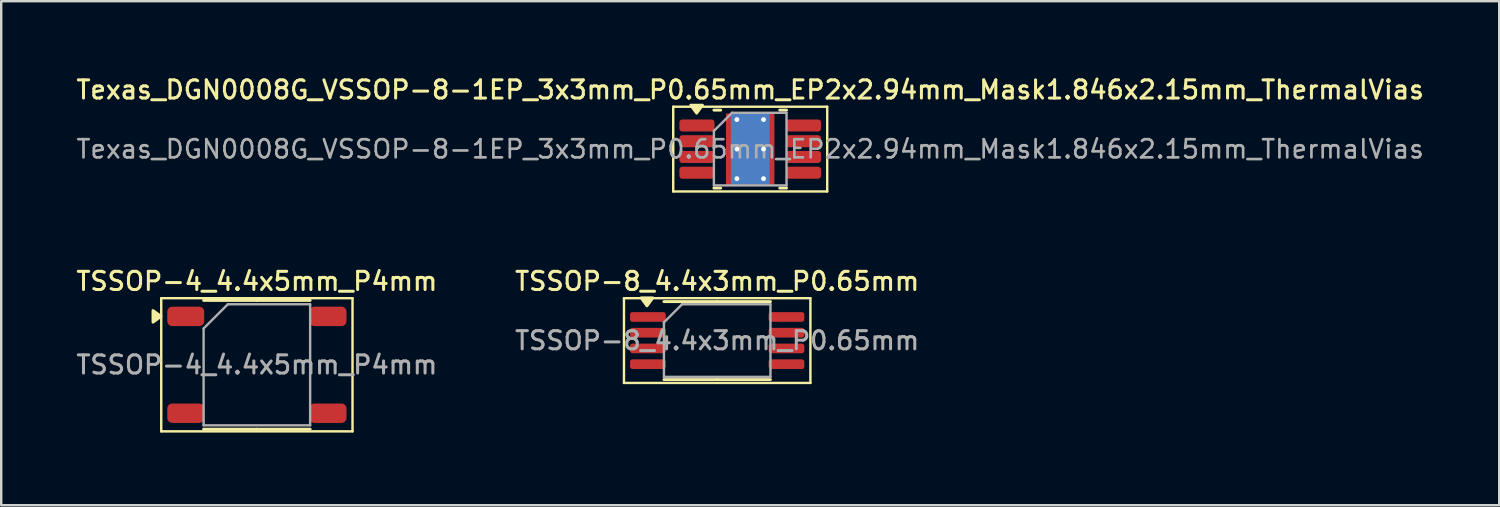
<source format=kicad_pcb>
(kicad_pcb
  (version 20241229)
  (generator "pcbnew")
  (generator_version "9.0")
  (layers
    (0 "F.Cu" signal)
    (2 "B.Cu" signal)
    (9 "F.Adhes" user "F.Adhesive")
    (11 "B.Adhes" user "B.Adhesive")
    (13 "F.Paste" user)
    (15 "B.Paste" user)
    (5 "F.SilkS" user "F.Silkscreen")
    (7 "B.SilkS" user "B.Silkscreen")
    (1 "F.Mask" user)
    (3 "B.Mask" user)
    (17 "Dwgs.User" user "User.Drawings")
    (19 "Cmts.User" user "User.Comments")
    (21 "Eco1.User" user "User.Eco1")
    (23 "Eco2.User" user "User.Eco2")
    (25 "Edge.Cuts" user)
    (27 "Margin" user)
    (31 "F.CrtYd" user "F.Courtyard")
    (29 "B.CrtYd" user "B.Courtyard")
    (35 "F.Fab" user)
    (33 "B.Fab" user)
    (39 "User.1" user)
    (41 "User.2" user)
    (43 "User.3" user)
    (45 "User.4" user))
  (footprint "Texas_DGN0008G_VSSOP-8-1EP_3x3mm_P0.65mm_EP2x2.94mm_Mask1.846x2.15mm_ThermalVias"
    (layer "F.Cu")
    (at 27.934 3.108)
    (property "Reference" "Texas_DGN0008G_VSSOP-8-1EP_3x3mm_P0.65mm_EP2x2.94mm_Mask1.846x2.15mm_ThermalVias" (at 0 -2.45 0) (layer "F.SilkS") (effects (font (size 0.75 0.75) (thickness 0.125))))
    (attr smd)
    (fp_line (start -3.18 -1.75) (end -3.18 1.75) (stroke (width 0.1) (type solid)) (layer "F.SilkS"))
    (fp_line (start -3.18 1.75) (end 3.18 1.75) (stroke (width 0.1) (type solid)) (layer "F.SilkS"))
    (fp_line (start -1.219 -1.61) (end -1.5 -1.61) (stroke (width 0.12) (type solid)) (layer "F.SilkS"))
    (fp_line (start -1.219 1.61) (end -1.5 1.61) (stroke (width 0.12) (type solid)) (layer "F.SilkS"))
    (fp_line (start 1.219 -1.61) (end 1.5 -1.61) (stroke (width 0.12) (type solid)) (layer "F.SilkS"))
    (fp_line (start 1.219 1.61) (end 1.5 1.61) (stroke (width 0.12) (type solid)) (layer "F.SilkS"))
    (fp_line (start 3.18 -1.75) (end -3.18 -1.75) (stroke (width 0.1) (type solid)) (layer "F.SilkS"))
    (fp_line (start 3.18 1.75) (end 3.18 -1.75) (stroke (width 0.1) (type solid)) (layer "F.SilkS"))
    (fp_poly (pts (xy -2.212 -1.485) (xy -2.453 -1.815) (xy -1.972 -1.815) (xy -2.212 -1.485)) (stroke (width 0.12) (type solid)) (fill yes) (layer "F.SilkS"))
    (fp_line (start -1.5 -0.75) (end -0.75 -1.5) (stroke (width 0.1) (type solid)) (layer "F.Fab"))
    (fp_line (start -1.5 1.5) (end -1.5 -0.75) (stroke (width 0.1) (type solid)) (layer "F.Fab"))
    (fp_line (start -0.75 -1.5) (end 1.5 -1.5) (stroke (width 0.1) (type solid)) (layer "F.Fab"))
    (fp_line (start 1.5 -1.5) (end 1.5 1.5) (stroke (width 0.1) (type solid)) (layer "F.Fab"))
    (fp_line (start 1.5 1.5) (end -1.5 1.5) (stroke (width 0.1) (type solid)) (layer "F.Fab"))
    (fp_text user "${REFERENCE}" (at 0 0 0) (layer "F.Fab") (effects (font (size 0.75 0.75) (thickness 0.11))))
    (pad "" smd custom (at -0.737 -0.537) (size 0.192 0.192) (layers "F.Paste") (options (anchor circle)) (primitives (gr_poly (pts (xy -0.093 -0.397) (xy 0.093 -0.397) (xy 0.093 0.251) (xy -0.053 0.397) (xy -0.093 0.397)) (width 0.137) (fill yes))))
    (pad "" smd custom (at -0.737 0.537) (size 0.192 0.192) (layers "F.Paste") (options (anchor circle)) (primitives (gr_poly (pts (xy -0.093 -0.397) (xy -0.053 -0.397) (xy 0.093 -0.251) (xy 0.093 0.397) (xy -0.093 0.397)) (width 0.137) (fill yes))))
    (pad "" smd custom (at 0 -0.537) (size 0.834 0.834) (layers "F.Paste") (options (anchor circle)) (primitives (gr_poly (pts (xy -0.379 -0.369) (xy 0.379 -0.369) (xy 0.379 0.288) (xy 0.299 0.369) (xy -0.299 0.369) (xy -0.379 0.288)) (width 0.194) (fill yes))))
    (pad "" smd rect (at 0 0) (size 1.846 2.15) (layers "F.Mask"))
    (pad "" smd custom (at 0 0.537) (size 0.834 0.834) (layers "F.Paste") (options (anchor circle)) (primitives (gr_poly (pts (xy -0.379 -0.288) (xy -0.299 -0.369) (xy 0.299 -0.369) (xy 0.379 -0.288) (xy 0.379 0.369) (xy -0.379 0.369)) (width 0.194) (fill yes))))
    (pad "" smd custom (at 0.737 -0.537) (size 0.192 0.192) (layers "F.Paste") (options (anchor circle)) (primitives (gr_poly (pts (xy -0.093 -0.397) (xy 0.093 -0.397) (xy 0.093 0.397) (xy 0.053 0.397) (xy -0.093 0.251)) (width 0.137) (fill yes))))
    (pad "" smd custom (at 0.737 0.537) (size 0.192 0.192) (layers "F.Paste") (options (anchor circle)) (primitives (gr_poly (pts (xy -0.093 -0.251) (xy 0.053 -0.397) (xy 0.093 -0.397) (xy 0.093 0.397) (xy -0.093 0.397)) (width 0.137) (fill yes))))
    (pad "1" smd roundrect (at -2.2 -0.975) (size 1.45 0.5) (layers "F.Cu" "F.Mask" "F.Paste") (roundrect_rratio 0.25))
    (pad "2" smd roundrect (at -2.2 -0.325) (size 1.45 0.5) (layers "F.Cu" "F.Mask" "F.Paste") (roundrect_rratio 0.25))
    (pad "3" smd roundrect (at -2.2 0.325) (size 1.45 0.5) (layers "F.Cu" "F.Mask" "F.Paste") (roundrect_rratio 0.25))
    (pad "4" smd roundrect (at -2.2 0.975) (size 1.45 0.5) (layers "F.Cu" "F.Mask" "F.Paste") (roundrect_rratio 0.25))
    (pad "5" smd roundrect (at 2.2 0.975) (size 1.45 0.5) (layers "F.Cu" "F.Mask" "F.Paste") (roundrect_rratio 0.25))
    (pad "6" smd roundrect (at 2.2 0.325) (size 1.45 0.5) (layers "F.Cu" "F.Mask" "F.Paste") (roundrect_rratio 0.25))
    (pad "7" smd roundrect (at 2.2 -0.325) (size 1.45 0.5) (layers "F.Cu" "F.Mask" "F.Paste") (roundrect_rratio 0.25))
    (pad "8" smd roundrect (at 2.2 -0.975) (size 1.45 0.5) (layers "F.Cu" "F.Mask" "F.Paste") (roundrect_rratio 0.25))
    (pad "9" thru_hole circle (at -0.55 -1.22) (size 0.5 0.5) (drill 0.2) (property pad_prop_heatsink) (layers "*.Cu"))
    (pad "9" thru_hole circle (at -0.55 0) (size 0.5 0.5) (drill 0.2) (property pad_prop_heatsink) (layers "*.Cu"))
    (pad "9" thru_hole circle (at -0.55 1.22) (size 0.5 0.5) (drill 0.2) (property pad_prop_heatsink) (layers "*.Cu"))
    (pad "9" smd rect (at 0 0) (size 1.6 2.94) (property pad_prop_heatsink) (layers "B.Cu"))
    (pad "9" smd rect (at 0 0) (size 2 2.94) (property pad_prop_heatsink) (layers "F.Cu"))
    (pad "9" thru_hole circle (at 0.55 -1.22) (size 0.5 0.5) (drill 0.2) (property pad_prop_heatsink) (layers "*.Cu"))
    (pad "9" thru_hole circle (at 0.55 0) (size 0.5 0.5) (drill 0.2) (property pad_prop_heatsink) (layers "*.Cu"))
    (pad "9" thru_hole circle (at 0.55 1.22) (size 0.5 0.5) (drill 0.2) (property pad_prop_heatsink) (layers "*.Cu")))
  (footprint "TSSOP-4_4.4x5mm_P4mm"
    (layer "F.Cu")
    (at 7.559 12.016)
    (property "Reference" "TSSOP-4_4.4x5mm_P4mm" (at 0 -3.45 0) (layer "F.SilkS") (effects (font (size 0.75 0.75) (thickness 0.125))))
    (attr smd)
    (fp_line (start -3.95 -2.75) (end -3.95 2.75) (stroke (width 0.1) (type solid)) (layer "F.SilkS"))
    (fp_line (start -3.95 2.75) (end 3.95 2.75) (stroke (width 0.1) (type solid)) (layer "F.SilkS"))
    (fp_line (start 0 -2.66) (end -2.2 -2.66) (stroke (width 0.12) (type solid)) (layer "F.SilkS"))
    (fp_line (start 0 -2.66) (end 2.2 -2.66) (stroke (width 0.12) (type solid)) (layer "F.SilkS"))
    (fp_line (start 0 2.66) (end -2.2 2.66) (stroke (width 0.12) (type solid)) (layer "F.SilkS"))
    (fp_line (start 0 2.66) (end 2.2 2.66) (stroke (width 0.12) (type solid)) (layer "F.SilkS"))
    (fp_line (start 3.95 -2.75) (end -3.95 -2.75) (stroke (width 0.1) (type solid)) (layer "F.SilkS"))
    (fp_line (start 3.95 2.75) (end 3.95 -2.75) (stroke (width 0.1) (type solid)) (layer "F.SilkS"))
    (fp_poly (pts (xy -3.96 -2) (xy -4.29 -2.24) (xy -4.29 -1.76) (xy -3.96 -2)) (stroke (width 0.12) (type solid)) (fill yes) (layer "F.SilkS"))
    (fp_line (start -2.2 -1.5) (end -1.2 -2.5) (stroke (width 0.1) (type solid)) (layer "F.Fab"))
    (fp_line (start -2.2 2.5) (end -2.2 -1.5) (stroke (width 0.1) (type solid)) (layer "F.Fab"))
    (fp_line (start -1.2 -2.5) (end 2.2 -2.5) (stroke (width 0.1) (type solid)) (layer "F.Fab"))
    (fp_line (start 2.2 -2.5) (end 2.2 2.5) (stroke (width 0.1) (type solid)) (layer "F.Fab"))
    (fp_line (start 2.2 2.5) (end -2.2 2.5) (stroke (width 0.1) (type solid)) (layer "F.Fab"))
    (fp_text user "${REFERENCE}" (at 0 0 0) (layer "F.Fab") (effects (font (size 0.75 0.75) (thickness 0.125))))
    (pad "1" smd roundrect (at -2.938 -2) (size 1.525 0.8) (layers "F.Cu" "F.Mask" "F.Paste") (roundrect_rratio 0.25))
    (pad "2" smd roundrect (at -2.938 2) (size 1.525 0.8) (layers "F.Cu" "F.Mask" "F.Paste") (roundrect_rratio 0.25))
    (pad "3" smd roundrect (at 2.938 2) (size 1.525 0.8) (layers "F.Cu" "F.Mask" "F.Paste") (roundrect_rratio 0.25))
    (pad "4" smd roundrect (at 2.938 -2) (size 1.525 0.8) (layers "F.Cu" "F.Mask" "F.Paste") (roundrect_rratio 0.25)))
  (footprint "TSSOP-8_4.4x3mm_P0.65mm"
    (layer "F.Cu")
    (at 26.57 11.016)
    (property "Reference" "TSSOP-8_4.4x3mm_P0.65mm" (at 0 -2.45 0) (layer "F.SilkS") (effects (font (size 0.75 0.75) (thickness 0.125))))
    (attr smd)
    (fp_line (start -3.85 -1.75) (end -3.85 1.75) (stroke (width 0.1) (type solid)) (layer "F.SilkS"))
    (fp_line (start -3.85 1.75) (end 3.85 1.75) (stroke (width 0.1) (type solid)) (layer "F.SilkS"))
    (fp_line (start 0 -1.61) (end -2.2 -1.61) (stroke (width 0.12) (type solid)) (layer "F.SilkS"))
    (fp_line (start 0 -1.61) (end 2.2 -1.61) (stroke (width 0.12) (type solid)) (layer "F.SilkS"))
    (fp_line (start 0 1.61) (end -2.2 1.61) (stroke (width 0.12) (type solid)) (layer "F.SilkS"))
    (fp_line (start 0 1.61) (end 2.2 1.61) (stroke (width 0.12) (type solid)) (layer "F.SilkS"))
    (fp_line (start 3.85 -1.75) (end -3.85 -1.75) (stroke (width 0.1) (type solid)) (layer "F.SilkS"))
    (fp_line (start 3.85 1.75) (end 3.85 -1.75) (stroke (width 0.1) (type solid)) (layer "F.SilkS"))
    (fp_poly (pts (xy -2.9 -1.435) (xy -3.14 -1.765) (xy -2.66 -1.765) (xy -2.9 -1.435)) (stroke (width 0.12) (type solid)) (fill yes) (layer "F.SilkS"))
    (fp_line (start -2.2 -0.75) (end -1.45 -1.5) (stroke (width 0.1) (type solid)) (layer "F.Fab"))
    (fp_line (start -2.2 1.5) (end -2.2 -0.75) (stroke (width 0.1) (type solid)) (layer "F.Fab"))
    (fp_line (start -1.45 -1.5) (end 2.2 -1.5) (stroke (width 0.1) (type solid)) (layer "F.Fab"))
    (fp_line (start 2.2 -1.5) (end 2.2 1.5) (stroke (width 0.1) (type solid)) (layer "F.Fab"))
    (fp_line (start 2.2 1.5) (end -2.2 1.5) (stroke (width 0.1) (type solid)) (layer "F.Fab"))
    (fp_text user "${REFERENCE}" (at 0 0 0) (layer "F.Fab") (effects (font (size 0.75 0.75) (thickness 0.125))))
    (pad "1" smd roundrect (at -2.862 -0.975) (size 1.475 0.4) (layers "F.Cu" "F.Mask" "F.Paste") (roundrect_rratio 0.25))
    (pad "2" smd roundrect (at -2.862 -0.325) (size 1.475 0.4) (layers "F.Cu" "F.Mask" "F.Paste") (roundrect_rratio 0.25))
    (pad "3" smd roundrect (at -2.862 0.325) (size 1.475 0.4) (layers "F.Cu" "F.Mask" "F.Paste") (roundrect_rratio 0.25))
    (pad "4" smd roundrect (at -2.862 0.975) (size 1.475 0.4) (layers "F.Cu" "F.Mask" "F.Paste") (roundrect_rratio 0.25))
    (pad "5" smd roundrect (at 2.862 0.975) (size 1.475 0.4) (layers "F.Cu" "F.Mask" "F.Paste") (roundrect_rratio 0.25))
    (pad "6" smd roundrect (at 2.862 0.325) (size 1.475 0.4) (layers "F.Cu" "F.Mask" "F.Paste") (roundrect_rratio 0.25))
    (pad "7" smd roundrect (at 2.862 -0.325) (size 1.475 0.4) (layers "F.Cu" "F.Mask" "F.Paste") (roundrect_rratio 0.25))
    (pad "8" smd roundrect (at 2.862 -0.975) (size 1.475 0.4) (layers "F.Cu" "F.Mask" "F.Paste") (roundrect_rratio 0.25)))
  (gr_rect
    (start -3 -3)
    (end 58.868 17.816)
    (stroke (width 0.1) (type default))
    (fill no)
    (layer "Edge.Cuts")))
</source>
